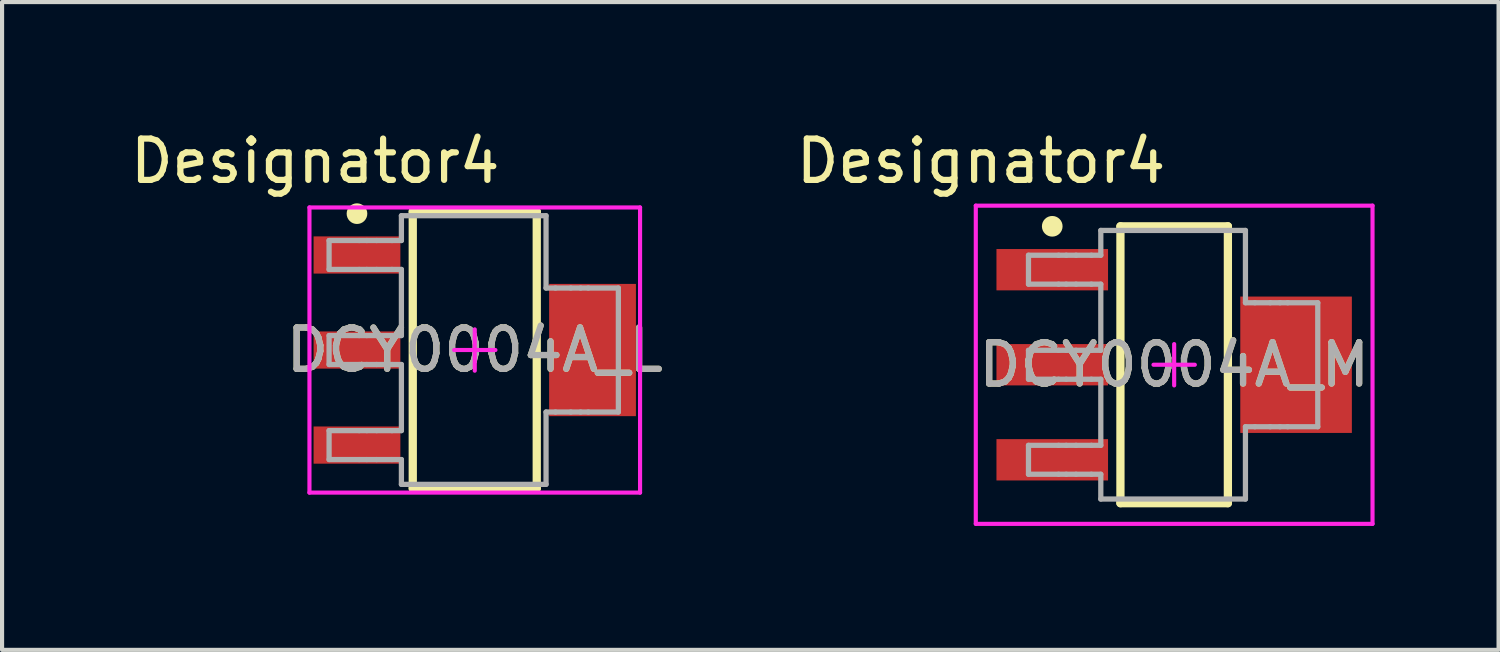
<source format=kicad_pcb>
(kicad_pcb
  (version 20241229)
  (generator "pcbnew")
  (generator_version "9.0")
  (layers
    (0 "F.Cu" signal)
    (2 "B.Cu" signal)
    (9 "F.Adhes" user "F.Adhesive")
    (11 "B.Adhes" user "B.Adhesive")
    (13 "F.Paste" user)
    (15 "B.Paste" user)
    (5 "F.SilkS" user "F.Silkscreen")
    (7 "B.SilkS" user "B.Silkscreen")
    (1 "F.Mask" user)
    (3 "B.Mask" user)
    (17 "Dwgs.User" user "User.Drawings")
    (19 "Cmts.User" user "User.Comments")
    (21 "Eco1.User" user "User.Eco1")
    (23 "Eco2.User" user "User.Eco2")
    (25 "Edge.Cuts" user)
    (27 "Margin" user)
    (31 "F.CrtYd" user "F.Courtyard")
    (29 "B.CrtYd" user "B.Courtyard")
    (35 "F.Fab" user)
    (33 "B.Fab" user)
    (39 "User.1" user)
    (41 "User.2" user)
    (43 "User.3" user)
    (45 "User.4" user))
  (footprint "DCY0004A_L"
    (layer "F.Cu")
    (at 8.438 5.42)
    (property "Reference" "DCY0004A_L" (at 0 0 0) (unlocked yes) (layer "F.SilkS") (effects (font (size 1 1) (thickness 0.15))))
    (attr smd)
    (fp_line (start -1.5 -3.35) (end 1.5 -3.35) (stroke (width 0.2) (type solid)) (layer "F.SilkS"))
    (fp_line (start -1.5 3.35) (end -1.5 -3.35) (stroke (width 0.2) (type solid)) (layer "F.SilkS"))
    (fp_line (start -1.5 3.35) (end 1.5 3.35) (stroke (width 0.2) (type solid)) (layer "F.SilkS"))
    (fp_line (start 1.5 3.35) (end 1.5 -3.35) (stroke (width 0.2) (type solid)) (layer "F.SilkS"))
    (fp_circle (center -2.85 -3.3) (end -2.725 -3.3) (stroke (width 0.25) (type solid)) (fill no) (layer "F.SilkS"))
    (fp_line (start -4 -3.45) (end 4 -3.45) (stroke (width 0.1) (type solid)) (layer "F.CrtYd"))
    (fp_line (start -4 3.45) (end -4 -3.45) (stroke (width 0.1) (type solid)) (layer "F.CrtYd"))
    (fp_line (start -4 3.45) (end 4 3.45) (stroke (width 0.1) (type solid)) (layer "F.CrtYd"))
    (fp_line (start -0.5 0) (end 0.5 0) (stroke (width 0.1) (type solid)) (layer "F.CrtYd"))
    (fp_line (start 0 0.5) (end 0 -0.5) (stroke (width 0.1) (type solid)) (layer "F.CrtYd"))
    (fp_line (start 4 3.45) (end 4 -3.45) (stroke (width 0.1) (type solid)) (layer "F.CrtYd"))
    (fp_line (start -3.525 -2.65) (end -2.797 -2.65) (stroke (width 0.127) (type solid)) (layer "F.Fab"))
    (fp_line (start -3.525 -1.95) (end -3.525 -2.65) (stroke (width 0.127) (type solid)) (layer "F.Fab"))
    (fp_line (start -3.525 -1.95) (end -2.797 -1.95) (stroke (width 0.127) (type solid)) (layer "F.Fab"))
    (fp_line (start -3.525 -0.35) (end -2.797 -0.35) (stroke (width 0.127) (type solid)) (layer "F.Fab"))
    (fp_line (start -3.525 0.35) (end -3.525 -0.35) (stroke (width 0.127) (type solid)) (layer "F.Fab"))
    (fp_line (start -3.525 0.35) (end -2.797 0.35) (stroke (width 0.127) (type solid)) (layer "F.Fab"))
    (fp_line (start -3.525 1.95) (end -2.797 1.95) (stroke (width 0.127) (type solid)) (layer "F.Fab"))
    (fp_line (start -3.525 2.65) (end -3.525 1.95) (stroke (width 0.127) (type solid)) (layer "F.Fab"))
    (fp_line (start -3.525 2.65) (end -2.797 2.65) (stroke (width 0.127) (type solid)) (layer "F.Fab"))
    (fp_line (start -2.797 -2.65) (end -2.612 -2.65) (stroke (width 0.127) (type solid)) (layer "F.Fab"))
    (fp_line (start -2.797 -1.95) (end -2.612 -1.95) (stroke (width 0.127) (type solid)) (layer "F.Fab"))
    (fp_line (start -2.797 -0.35) (end -2.612 -0.35) (stroke (width 0.127) (type solid)) (layer "F.Fab"))
    (fp_line (start -2.797 0.35) (end -2.612 0.35) (stroke (width 0.127) (type solid)) (layer "F.Fab"))
    (fp_line (start -2.797 1.95) (end -2.612 1.95) (stroke (width 0.127) (type solid)) (layer "F.Fab"))
    (fp_line (start -2.797 2.65) (end -2.612 2.65) (stroke (width 0.127) (type solid)) (layer "F.Fab"))
    (fp_line (start -2.612 -2.65) (end -2.374 -2.65) (stroke (width 0.127) (type solid)) (layer "F.Fab"))
    (fp_line (start -2.612 -1.95) (end -2.374 -1.95) (stroke (width 0.127) (type solid)) (layer "F.Fab"))
    (fp_line (start -2.612 -0.35) (end -2.374 -0.35) (stroke (width 0.127) (type solid)) (layer "F.Fab"))
    (fp_line (start -2.612 0.35) (end -2.374 0.35) (stroke (width 0.127) (type solid)) (layer "F.Fab"))
    (fp_line (start -2.612 1.95) (end -2.374 1.95) (stroke (width 0.127) (type solid)) (layer "F.Fab"))
    (fp_line (start -2.612 2.65) (end -2.374 2.65) (stroke (width 0.127) (type solid)) (layer "F.Fab"))
    (fp_line (start -2.374 -2.65) (end -2.003 -2.65) (stroke (width 0.127) (type solid)) (layer "F.Fab"))
    (fp_line (start -2.374 -1.95) (end -2.003 -1.95) (stroke (width 0.127) (type solid)) (layer "F.Fab"))
    (fp_line (start -2.374 -0.35) (end -2.003 -0.35) (stroke (width 0.127) (type solid)) (layer "F.Fab"))
    (fp_line (start -2.374 0.35) (end -2.003 0.35) (stroke (width 0.127) (type solid)) (layer "F.Fab"))
    (fp_line (start -2.374 1.95) (end -2.003 1.95) (stroke (width 0.127) (type solid)) (layer "F.Fab"))
    (fp_line (start -2.374 2.65) (end -2.003 2.65) (stroke (width 0.127) (type solid)) (layer "F.Fab"))
    (fp_line (start -2.003 -2.65) (end -1.775 -2.65) (stroke (width 0.127) (type solid)) (layer "F.Fab"))
    (fp_line (start -2.003 -1.95) (end -1.775 -1.95) (stroke (width 0.127) (type solid)) (layer "F.Fab"))
    (fp_line (start -2.003 -0.35) (end -1.775 -0.35) (stroke (width 0.127) (type solid)) (layer "F.Fab"))
    (fp_line (start -2.003 0.35) (end -1.775 0.35) (stroke (width 0.127) (type solid)) (layer "F.Fab"))
    (fp_line (start -2.003 1.95) (end -1.775 1.95) (stroke (width 0.127) (type solid)) (layer "F.Fab"))
    (fp_line (start -2.003 2.65) (end -1.775 2.65) (stroke (width 0.127) (type solid)) (layer "F.Fab"))
    (fp_line (start -1.775 -3.25) (end 1.725 -3.25) (stroke (width 0.127) (type solid)) (layer "F.Fab"))
    (fp_line (start -1.775 -2.65) (end -1.775 -3.25) (stroke (width 0.127) (type solid)) (layer "F.Fab"))
    (fp_line (start -1.775 -0.35) (end -1.775 -1.95) (stroke (width 0.127) (type solid)) (layer "F.Fab"))
    (fp_line (start -1.775 1.95) (end -1.775 0.35) (stroke (width 0.127) (type solid)) (layer "F.Fab"))
    (fp_line (start -1.775 3.25) (end -1.775 2.65) (stroke (width 0.127) (type solid)) (layer "F.Fab"))
    (fp_line (start -1.775 3.25) (end 1.725 3.25) (stroke (width 0.127) (type solid)) (layer "F.Fab"))
    (fp_line (start 1.725 -1.5) (end 1.725 -3.25) (stroke (width 0.127) (type solid)) (layer "F.Fab"))
    (fp_line (start 1.725 -1.5) (end 1.953 -1.5) (stroke (width 0.127) (type solid)) (layer "F.Fab"))
    (fp_line (start 1.725 1.5) (end 1.953 1.5) (stroke (width 0.127) (type solid)) (layer "F.Fab"))
    (fp_line (start 1.725 3.25) (end 1.725 1.5) (stroke (width 0.127) (type solid)) (layer "F.Fab"))
    (fp_line (start 1.953 -1.5) (end 2.324 -1.5) (stroke (width 0.127) (type solid)) (layer "F.Fab"))
    (fp_line (start 1.953 1.5) (end 2.324 1.5) (stroke (width 0.127) (type solid)) (layer "F.Fab"))
    (fp_line (start 2.324 -1.5) (end 2.562 -1.5) (stroke (width 0.127) (type solid)) (layer "F.Fab"))
    (fp_line (start 2.324 1.5) (end 2.562 1.5) (stroke (width 0.127) (type solid)) (layer "F.Fab"))
    (fp_line (start 2.562 -1.5) (end 2.747 -1.5) (stroke (width 0.127) (type solid)) (layer "F.Fab"))
    (fp_line (start 2.562 1.5) (end 2.747 1.5) (stroke (width 0.127) (type solid)) (layer "F.Fab"))
    (fp_line (start 2.747 -1.5) (end 3.475 -1.5) (stroke (width 0.127) (type solid)) (layer "F.Fab"))
    (fp_line (start 2.747 1.5) (end 3.475 1.5) (stroke (width 0.127) (type solid)) (layer "F.Fab"))
    (fp_line (start 3.475 1.5) (end 3.475 -1.5) (stroke (width 0.127) (type solid)) (layer "F.Fab"))
    (fp_text user "Designator4" (at -3.861 -4.572 0) (unlocked yes) (layer "F.SilkS") (effects (font (size 1 1) (thickness 0.15))))
    (fp_text user "${REFERENCE}" (at 0 0 0) (unlocked yes) (layer "F.Fab") (effects (font (size 1 1) (thickness 0.15))))
    (pad "1" smd rect (at -2.85 -2.3 90) (size 0.9 2.1) (layers "F.Cu" "F.Mask" "F.Paste"))
    (pad "2" smd rect (at -2.85 0 90) (size 0.9 2.1) (layers "F.Cu" "F.Mask" "F.Paste"))
    (pad "3" smd rect (at -2.85 2.3 90) (size 0.9 2.1) (layers "F.Cu" "F.Mask" "F.Paste"))
    (pad "4" smd rect (at 2.85 0 90) (size 3.2 2.1) (layers "F.Cu" "F.Mask" "F.Paste")))
  (footprint "DCY0004A_M"
    (layer "F.Cu")
    (at 25.362 5.776)
    (property "Reference" "DCY0004A_M" (at 0 0 0) (unlocked yes) (layer "F.SilkS") (effects (font (size 1 1) (thickness 0.15))))
    (attr smd)
    (fp_line (start -1.3 -3.35) (end 1.3 -3.35) (stroke (width 0.2) (type solid)) (layer "F.SilkS"))
    (fp_line (start -1.3 3.35) (end -1.3 -3.35) (stroke (width 0.2) (type solid)) (layer "F.SilkS"))
    (fp_line (start -1.3 3.35) (end 1.3 3.35) (stroke (width 0.2) (type solid)) (layer "F.SilkS"))
    (fp_line (start 1.3 3.35) (end 1.3 -3.35) (stroke (width 0.2) (type solid)) (layer "F.SilkS"))
    (fp_circle (center -2.95 -3.35) (end -2.825 -3.35) (stroke (width 0.25) (type solid)) (fill no) (layer "F.SilkS"))
    (fp_line (start -4.8 -3.85) (end 4.8 -3.85) (stroke (width 0.1) (type solid)) (layer "F.CrtYd"))
    (fp_line (start -4.8 3.85) (end -4.8 -3.85) (stroke (width 0.1) (type solid)) (layer "F.CrtYd"))
    (fp_line (start -4.8 3.85) (end 4.8 3.85) (stroke (width 0.1) (type solid)) (layer "F.CrtYd"))
    (fp_line (start -0.5 0) (end 0.5 0) (stroke (width 0.1) (type solid)) (layer "F.CrtYd"))
    (fp_line (start 0 0.5) (end 0 -0.5) (stroke (width 0.1) (type solid)) (layer "F.CrtYd"))
    (fp_line (start 4.8 3.85) (end 4.8 -3.85) (stroke (width 0.1) (type solid)) (layer "F.CrtYd"))
    (fp_line (start -3.525 -2.65) (end -2.797 -2.65) (stroke (width 0.127) (type solid)) (layer "F.Fab"))
    (fp_line (start -3.525 -1.95) (end -3.525 -2.65) (stroke (width 0.127) (type solid)) (layer "F.Fab"))
    (fp_line (start -3.525 -1.95) (end -2.797 -1.95) (stroke (width 0.127) (type solid)) (layer "F.Fab"))
    (fp_line (start -3.525 -0.35) (end -2.797 -0.35) (stroke (width 0.127) (type solid)) (layer "F.Fab"))
    (fp_line (start -3.525 0.35) (end -3.525 -0.35) (stroke (width 0.127) (type solid)) (layer "F.Fab"))
    (fp_line (start -3.525 0.35) (end -2.797 0.35) (stroke (width 0.127) (type solid)) (layer "F.Fab"))
    (fp_line (start -3.525 1.95) (end -2.797 1.95) (stroke (width 0.127) (type solid)) (layer "F.Fab"))
    (fp_line (start -3.525 2.65) (end -3.525 1.95) (stroke (width 0.127) (type solid)) (layer "F.Fab"))
    (fp_line (start -3.525 2.65) (end -2.797 2.65) (stroke (width 0.127) (type solid)) (layer "F.Fab"))
    (fp_line (start -2.797 -2.65) (end -2.612 -2.65) (stroke (width 0.127) (type solid)) (layer "F.Fab"))
    (fp_line (start -2.797 -1.95) (end -2.612 -1.95) (stroke (width 0.127) (type solid)) (layer "F.Fab"))
    (fp_line (start -2.797 -0.35) (end -2.612 -0.35) (stroke (width 0.127) (type solid)) (layer "F.Fab"))
    (fp_line (start -2.797 0.35) (end -2.612 0.35) (stroke (width 0.127) (type solid)) (layer "F.Fab"))
    (fp_line (start -2.797 1.95) (end -2.612 1.95) (stroke (width 0.127) (type solid)) (layer "F.Fab"))
    (fp_line (start -2.797 2.65) (end -2.612 2.65) (stroke (width 0.127) (type solid)) (layer "F.Fab"))
    (fp_line (start -2.612 -2.65) (end -2.374 -2.65) (stroke (width 0.127) (type solid)) (layer "F.Fab"))
    (fp_line (start -2.612 -1.95) (end -2.374 -1.95) (stroke (width 0.127) (type solid)) (layer "F.Fab"))
    (fp_line (start -2.612 -0.35) (end -2.374 -0.35) (stroke (width 0.127) (type solid)) (layer "F.Fab"))
    (fp_line (start -2.612 0.35) (end -2.374 0.35) (stroke (width 0.127) (type solid)) (layer "F.Fab"))
    (fp_line (start -2.612 1.95) (end -2.374 1.95) (stroke (width 0.127) (type solid)) (layer "F.Fab"))
    (fp_line (start -2.612 2.65) (end -2.374 2.65) (stroke (width 0.127) (type solid)) (layer "F.Fab"))
    (fp_line (start -2.374 -2.65) (end -2.003 -2.65) (stroke (width 0.127) (type solid)) (layer "F.Fab"))
    (fp_line (start -2.374 -1.95) (end -2.003 -1.95) (stroke (width 0.127) (type solid)) (layer "F.Fab"))
    (fp_line (start -2.374 -0.35) (end -2.003 -0.35) (stroke (width 0.127) (type solid)) (layer "F.Fab"))
    (fp_line (start -2.374 0.35) (end -2.003 0.35) (stroke (width 0.127) (type solid)) (layer "F.Fab"))
    (fp_line (start -2.374 1.95) (end -2.003 1.95) (stroke (width 0.127) (type solid)) (layer "F.Fab"))
    (fp_line (start -2.374 2.65) (end -2.003 2.65) (stroke (width 0.127) (type solid)) (layer "F.Fab"))
    (fp_line (start -2.003 -2.65) (end -1.775 -2.65) (stroke (width 0.127) (type solid)) (layer "F.Fab"))
    (fp_line (start -2.003 -1.95) (end -1.775 -1.95) (stroke (width 0.127) (type solid)) (layer "F.Fab"))
    (fp_line (start -2.003 -0.35) (end -1.775 -0.35) (stroke (width 0.127) (type solid)) (layer "F.Fab"))
    (fp_line (start -2.003 0.35) (end -1.775 0.35) (stroke (width 0.127) (type solid)) (layer "F.Fab"))
    (fp_line (start -2.003 1.95) (end -1.775 1.95) (stroke (width 0.127) (type solid)) (layer "F.Fab"))
    (fp_line (start -2.003 2.65) (end -1.775 2.65) (stroke (width 0.127) (type solid)) (layer "F.Fab"))
    (fp_line (start -1.775 -3.25) (end 1.725 -3.25) (stroke (width 0.127) (type solid)) (layer "F.Fab"))
    (fp_line (start -1.775 -2.65) (end -1.775 -3.25) (stroke (width 0.127) (type solid)) (layer "F.Fab"))
    (fp_line (start -1.775 -0.35) (end -1.775 -1.95) (stroke (width 0.127) (type solid)) (layer "F.Fab"))
    (fp_line (start -1.775 1.95) (end -1.775 0.35) (stroke (width 0.127) (type solid)) (layer "F.Fab"))
    (fp_line (start -1.775 3.25) (end -1.775 2.65) (stroke (width 0.127) (type solid)) (layer "F.Fab"))
    (fp_line (start -1.775 3.25) (end 1.725 3.25) (stroke (width 0.127) (type solid)) (layer "F.Fab"))
    (fp_line (start 1.725 -1.5) (end 1.725 -3.25) (stroke (width 0.127) (type solid)) (layer "F.Fab"))
    (fp_line (start 1.725 -1.5) (end 1.953 -1.5) (stroke (width 0.127) (type solid)) (layer "F.Fab"))
    (fp_line (start 1.725 1.5) (end 1.953 1.5) (stroke (width 0.127) (type solid)) (layer "F.Fab"))
    (fp_line (start 1.725 3.25) (end 1.725 1.5) (stroke (width 0.127) (type solid)) (layer "F.Fab"))
    (fp_line (start 1.953 -1.5) (end 2.324 -1.5) (stroke (width 0.127) (type solid)) (layer "F.Fab"))
    (fp_line (start 1.953 1.5) (end 2.324 1.5) (stroke (width 0.127) (type solid)) (layer "F.Fab"))
    (fp_line (start 2.324 -1.5) (end 2.562 -1.5) (stroke (width 0.127) (type solid)) (layer "F.Fab"))
    (fp_line (start 2.324 1.5) (end 2.562 1.5) (stroke (width 0.127) (type solid)) (layer "F.Fab"))
    (fp_line (start 2.562 -1.5) (end 2.747 -1.5) (stroke (width 0.127) (type solid)) (layer "F.Fab"))
    (fp_line (start 2.562 1.5) (end 2.747 1.5) (stroke (width 0.127) (type solid)) (layer "F.Fab"))
    (fp_line (start 2.747 -1.5) (end 3.475 -1.5) (stroke (width 0.127) (type solid)) (layer "F.Fab"))
    (fp_line (start 2.747 1.5) (end 3.475 1.5) (stroke (width 0.127) (type solid)) (layer "F.Fab"))
    (fp_line (start 3.475 1.5) (end 3.475 -1.5) (stroke (width 0.127) (type solid)) (layer "F.Fab"))
    (fp_text user "Designator4" (at -4.674 -4.928 0) (unlocked yes) (layer "F.SilkS") (effects (font (size 1 1) (thickness 0.15))))
    (fp_text user "${REFERENCE}" (at 0 0 0) (unlocked yes) (layer "F.Fab") (effects (font (size 1 1) (thickness 0.15))))
    (pad "1" smd rect (at -2.95 -2.3 90) (size 1 2.7) (layers "F.Cu" "F.Mask" "F.Paste"))
    (pad "2" smd rect (at -2.95 0 90) (size 1 2.7) (layers "F.Cu" "F.Mask" "F.Paste"))
    (pad "3" smd rect (at -2.95 2.3 90) (size 1 2.7) (layers "F.Cu" "F.Mask" "F.Paste"))
    (pad "4" smd rect (at 2.95 0 90) (size 3.3 2.7) (layers "F.Cu" "F.Mask" "F.Paste")))
  (gr_rect
    (start -3 -3)
    (end 33.212 12.676)
    (stroke (width 0.1) (type default))
    (fill no)
    (layer "Edge.Cuts")))
</source>
